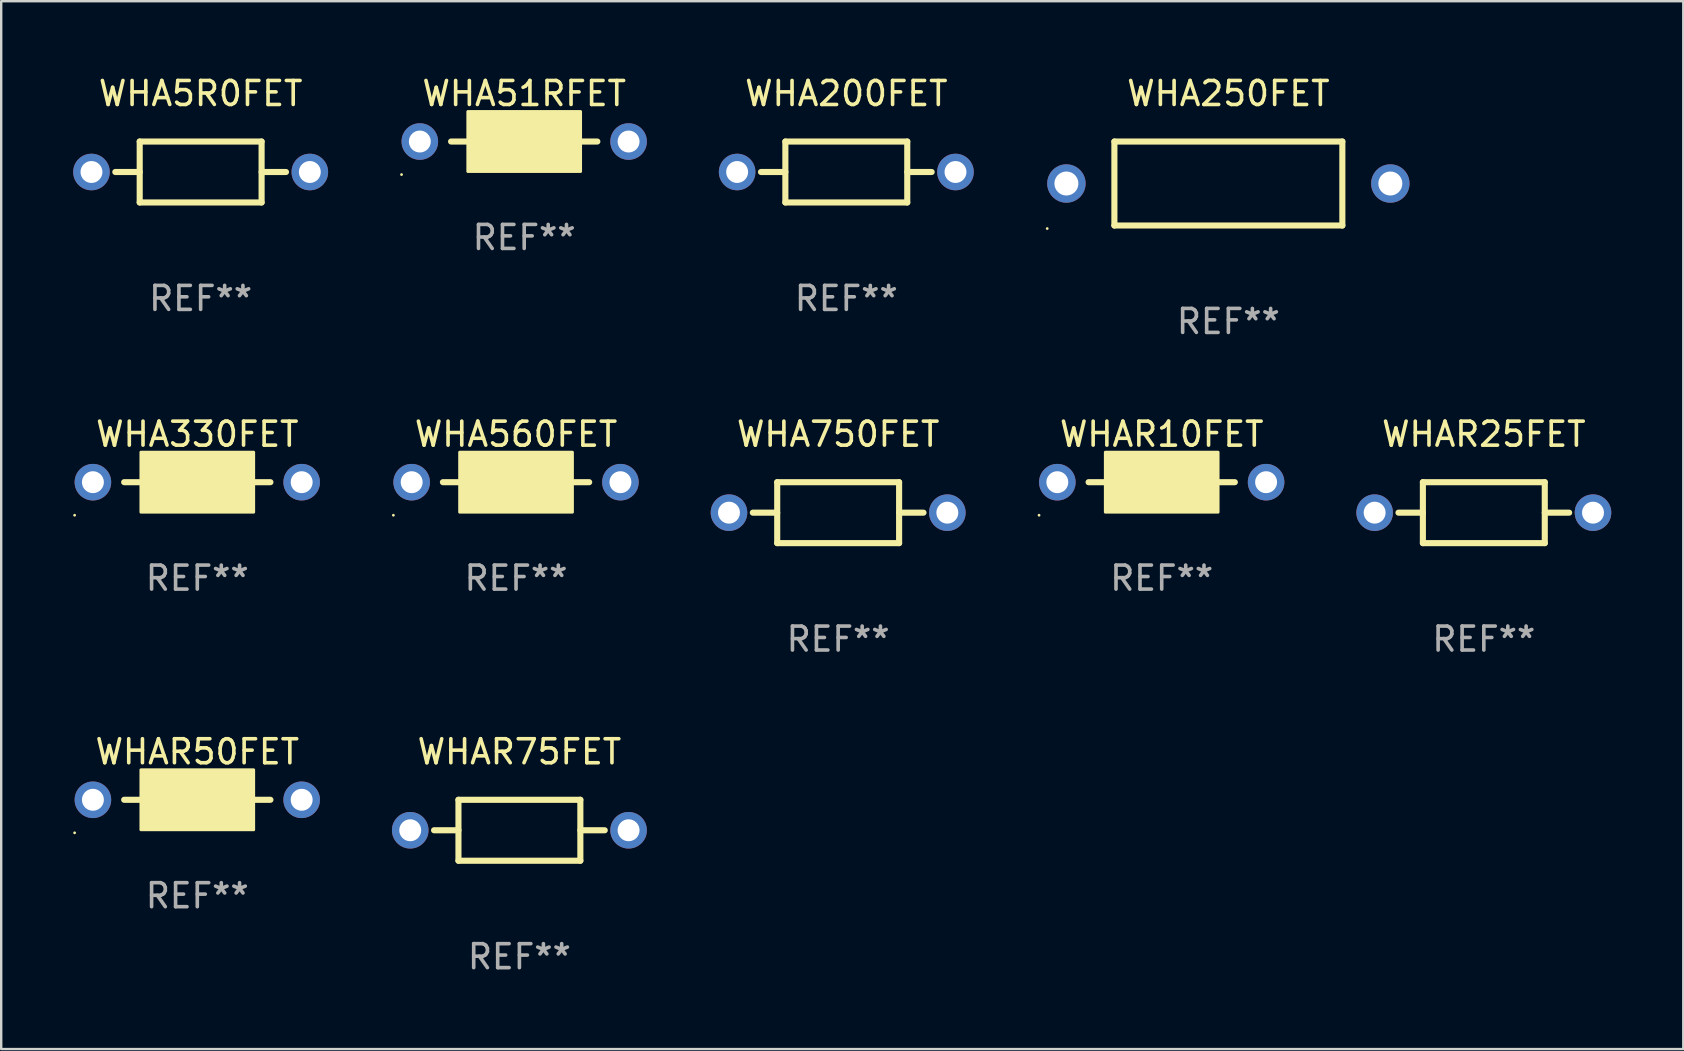
<source format=kicad_pcb>
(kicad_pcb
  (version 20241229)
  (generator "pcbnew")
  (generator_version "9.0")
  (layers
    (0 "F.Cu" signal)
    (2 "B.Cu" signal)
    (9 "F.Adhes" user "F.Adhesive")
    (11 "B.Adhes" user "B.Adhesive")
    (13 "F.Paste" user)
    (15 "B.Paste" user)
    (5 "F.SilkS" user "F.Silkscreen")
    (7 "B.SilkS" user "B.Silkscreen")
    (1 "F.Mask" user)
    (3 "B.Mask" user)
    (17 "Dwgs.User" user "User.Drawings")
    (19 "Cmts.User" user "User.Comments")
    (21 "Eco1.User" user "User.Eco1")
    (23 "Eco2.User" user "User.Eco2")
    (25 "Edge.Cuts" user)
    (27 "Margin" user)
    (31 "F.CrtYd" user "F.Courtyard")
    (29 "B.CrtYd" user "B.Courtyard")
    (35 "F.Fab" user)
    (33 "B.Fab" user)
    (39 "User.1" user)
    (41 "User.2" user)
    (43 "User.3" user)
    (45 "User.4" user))
  (footprint "WHA750FET"
    (layer "F.Cu")
    (at 31.88 18.315)
    (property "Reference" "WHA750FET" (at 0 -3.27 0) (layer "F.SilkS") (effects (font (size 1 1) (thickness 0.15))))
    (attr through_hole)
    (fp_line (start -2.54 -1.27) (end -2.54 1.27) (stroke (width 0.254) (type solid)) (layer "F.SilkS"))
    (fp_line (start -2.54 -1.27) (end 2.54 -1.27) (stroke (width 0.254) (type solid)) (layer "F.SilkS"))
    (fp_line (start -2.54 0) (end -3.557 0) (stroke (width 0.254) (type solid)) (layer "F.SilkS"))
    (fp_line (start -2.54 1.27) (end 2.54 1.27) (stroke (width 0.254) (type solid)) (layer "F.SilkS"))
    (fp_line (start 2.54 -1.27) (end 2.54 1.27) (stroke (width 0.254) (type solid)) (layer "F.SilkS"))
    (fp_line (start 2.54 0) (end 3.557 0) (stroke (width 0.254) (type solid)) (layer "F.SilkS"))
    (fp_text user "REF**" (at 0 5.27 0) (layer "F.Fab") (effects (font (size 1 1) (thickness 0.15))))
    (pad "1" thru_hole circle (at -4.55 0) (size 1.524 1.524) (drill 0.914) (layers "*.Cu" "*.Mask"))
    (pad "2" thru_hole circle (at 4.55 0) (size 1.524 1.524) (drill 0.914) (layers "*.Cu" "*.Mask")))
  (footprint "WHA250FET"
    (layer "F.Cu")
    (at 48.142 4.598)
    (property "Reference" "WHA250FET" (at 0 -3.75 0) (layer "F.SilkS") (effects (font (size 1 1) (thickness 0.15))))
    (attr through_hole)
    (fp_line (start -4.75 -1.75) (end 4.75 -1.75) (stroke (width 0.254) (type solid)) (layer "F.SilkS"))
    (fp_line (start -4.75 1.75) (end -4.75 -1.75) (stroke (width 0.254) (type solid)) (layer "F.SilkS"))
    (fp_line (start 4.75 1.75) (end -4.75 1.75) (stroke (width 0.254) (type solid)) (layer "F.SilkS"))
    (fp_line (start 4.75 1.75) (end 4.75 -1.75) (stroke (width 0.254) (type solid)) (layer "F.SilkS"))
    (fp_circle (center -7.55 1.877) (end -7.52 1.877) (stroke (width 0.06) (type solid)) (fill no) (layer "F.SilkS"))
    (fp_text user "REF**" (at 0 5.75 0) (layer "F.Fab") (effects (font (size 1 1) (thickness 0.15))))
    (pad "1" thru_hole circle (at -6.75 0) (size 1.6 1.6) (drill 1) (layers "*.Cu" "*.Mask"))
    (pad "2" thru_hole circle (at 6.75 0) (size 1.6 1.6) (drill 1) (layers "*.Cu" "*.Mask")))
  (footprint "WHA560FET"
    (layer "F.Cu")
    (at 18.456 17.045)
    (property "Reference" "WHA560FET" (at 0 -2 0) (layer "F.SilkS") (effects (font (size 1 1) (thickness 0.15))))
    (attr through_hole)
    (fp_line (start -2.413 0) (end -3.048 0) (stroke (width 0.254) (type solid)) (layer "F.SilkS"))
    (fp_line (start 2.413 0) (end 3.048 0) (stroke (width 0.254) (type solid)) (layer "F.SilkS"))
    (fp_circle (center -5.112 1.377) (end -5.082 1.377) (stroke (width 0.06) (type solid)) (fill no) (layer "F.SilkS"))
    (fp_poly (pts (xy -2.35 -1.25) (xy 2.35 -1.25) (xy 2.35 1.25) (xy -2.35 1.25)) (stroke (width 0.12) (type solid)) (fill yes) (layer "F.SilkS"))
    (fp_text user "REF**" (at 0 4 0) (layer "F.Fab") (effects (font (size 1 1) (thickness 0.15))))
    (pad "1" thru_hole circle (at -4.35 0) (size 1.524 1.524) (drill 0.914) (layers "*.Cu" "*.Mask"))
    (pad "2" thru_hole circle (at 4.35 0) (size 1.524 1.524) (drill 0.914) (layers "*.Cu" "*.Mask")))
  (footprint "WHA5R0FET"
    (layer "F.Cu")
    (at 5.312 4.118)
    (property "Reference" "WHA5R0FET" (at 0 -3.27 0) (layer "F.SilkS") (effects (font (size 1 1) (thickness 0.15))))
    (attr through_hole)
    (fp_line (start -2.54 -1.27) (end -2.54 1.27) (stroke (width 0.254) (type solid)) (layer "F.SilkS"))
    (fp_line (start -2.54 -1.27) (end 2.54 -1.27) (stroke (width 0.254) (type solid)) (layer "F.SilkS"))
    (fp_line (start -2.54 0) (end -3.557 0) (stroke (width 0.254) (type solid)) (layer "F.SilkS"))
    (fp_line (start -2.54 1.27) (end 2.54 1.27) (stroke (width 0.254) (type solid)) (layer "F.SilkS"))
    (fp_line (start 2.54 -1.27) (end 2.54 1.27) (stroke (width 0.254) (type solid)) (layer "F.SilkS"))
    (fp_line (start 2.54 0) (end 3.557 0) (stroke (width 0.254) (type solid)) (layer "F.SilkS"))
    (fp_text user "REF**" (at 0 5.27 0) (layer "F.Fab") (effects (font (size 1 1) (thickness 0.15))))
    (pad "1" thru_hole circle (at -4.55 0) (size 1.524 1.524) (drill 0.914) (layers "*.Cu" "*.Mask"))
    (pad "2" thru_hole circle (at 4.55 0) (size 1.524 1.524) (drill 0.914) (layers "*.Cu" "*.Mask")))
  (footprint "WHAR10FET"
    (layer "F.Cu")
    (at 45.364 17.045)
    (property "Reference" "WHAR10FET" (at 0 -2 0) (layer "F.SilkS") (effects (font (size 1 1) (thickness 0.15))))
    (attr through_hole)
    (fp_line (start -2.413 0) (end -3.048 0) (stroke (width 0.254) (type solid)) (layer "F.SilkS"))
    (fp_line (start 2.413 0) (end 3.048 0) (stroke (width 0.254) (type solid)) (layer "F.SilkS"))
    (fp_circle (center -5.112 1.377) (end -5.082 1.377) (stroke (width 0.06) (type solid)) (fill no) (layer "F.SilkS"))
    (fp_poly (pts (xy -2.35 -1.25) (xy 2.35 -1.25) (xy 2.35 1.25) (xy -2.35 1.25)) (stroke (width 0.12) (type solid)) (fill yes) (layer "F.SilkS"))
    (fp_text user "REF**" (at 0 4 0) (layer "F.Fab") (effects (font (size 1 1) (thickness 0.15))))
    (pad "1" thru_hole circle (at -4.35 0) (size 1.524 1.524) (drill 0.914) (layers "*.Cu" "*.Mask"))
    (pad "2" thru_hole circle (at 4.35 0) (size 1.524 1.524) (drill 0.914) (layers "*.Cu" "*.Mask")))
  (footprint "WHA51RFET"
    (layer "F.Cu")
    (at 18.796 2.848)
    (property "Reference" "WHA51RFET" (at 0 -2 0) (layer "F.SilkS") (effects (font (size 1 1) (thickness 0.15))))
    (attr through_hole)
    (fp_line (start -2.413 0) (end -3.048 0) (stroke (width 0.254) (type solid)) (layer "F.SilkS"))
    (fp_line (start 2.413 0) (end 3.048 0) (stroke (width 0.254) (type solid)) (layer "F.SilkS"))
    (fp_circle (center -5.112 1.377) (end -5.082 1.377) (stroke (width 0.06) (type solid)) (fill no) (layer "F.SilkS"))
    (fp_poly (pts (xy -2.35 -1.25) (xy 2.35 -1.25) (xy 2.35 1.25) (xy -2.35 1.25)) (stroke (width 0.12) (type solid)) (fill yes) (layer "F.SilkS"))
    (fp_text user "REF**" (at 0 4 0) (layer "F.Fab") (effects (font (size 1 1) (thickness 0.15))))
    (pad "1" thru_hole circle (at -4.35 0) (size 1.524 1.524) (drill 0.914) (layers "*.Cu" "*.Mask"))
    (pad "2" thru_hole circle (at 4.35 0) (size 1.524 1.524) (drill 0.914) (layers "*.Cu" "*.Mask")))
  (footprint "WHA330FET"
    (layer "F.Cu")
    (at 5.172 17.045)
    (property "Reference" "WHA330FET" (at 0 -2 0) (layer "F.SilkS") (effects (font (size 1 1) (thickness 0.15))))
    (attr through_hole)
    (fp_line (start -2.413 0) (end -3.048 0) (stroke (width 0.254) (type solid)) (layer "F.SilkS"))
    (fp_line (start 2.413 0) (end 3.048 0) (stroke (width 0.254) (type solid)) (layer "F.SilkS"))
    (fp_circle (center -5.112 1.377) (end -5.082 1.377) (stroke (width 0.06) (type solid)) (fill no) (layer "F.SilkS"))
    (fp_poly (pts (xy -2.35 -1.25) (xy 2.35 -1.25) (xy 2.35 1.25) (xy -2.35 1.25)) (stroke (width 0.12) (type solid)) (fill yes) (layer "F.SilkS"))
    (fp_text user "REF**" (at 0 4 0) (layer "F.Fab") (effects (font (size 1 1) (thickness 0.15))))
    (pad "1" thru_hole circle (at -4.35 0) (size 1.524 1.524) (drill 0.914) (layers "*.Cu" "*.Mask"))
    (pad "2" thru_hole circle (at 4.35 0) (size 1.524 1.524) (drill 0.914) (layers "*.Cu" "*.Mask")))
  (footprint "WHA200FET"
    (layer "F.Cu")
    (at 32.22 4.118)
    (property "Reference" "WHA200FET" (at 0 -3.27 0) (layer "F.SilkS") (effects (font (size 1 1) (thickness 0.15))))
    (attr through_hole)
    (fp_line (start -2.54 -1.27) (end -2.54 1.27) (stroke (width 0.254) (type solid)) (layer "F.SilkS"))
    (fp_line (start -2.54 -1.27) (end 2.54 -1.27) (stroke (width 0.254) (type solid)) (layer "F.SilkS"))
    (fp_line (start -2.54 0) (end -3.557 0) (stroke (width 0.254) (type solid)) (layer "F.SilkS"))
    (fp_line (start -2.54 1.27) (end 2.54 1.27) (stroke (width 0.254) (type solid)) (layer "F.SilkS"))
    (fp_line (start 2.54 -1.27) (end 2.54 1.27) (stroke (width 0.254) (type solid)) (layer "F.SilkS"))
    (fp_line (start 2.54 0) (end 3.557 0) (stroke (width 0.254) (type solid)) (layer "F.SilkS"))
    (fp_text user "REF**" (at 0 5.27 0) (layer "F.Fab") (effects (font (size 1 1) (thickness 0.15))))
    (pad "1" thru_hole circle (at -4.55 0) (size 1.524 1.524) (drill 0.914) (layers "*.Cu" "*.Mask"))
    (pad "2" thru_hole circle (at 4.55 0) (size 1.524 1.524) (drill 0.914) (layers "*.Cu" "*.Mask")))
  (footprint "WHAR25FET"
    (layer "F.Cu")
    (at 58.788 18.315)
    (property "Reference" "WHAR25FET" (at 0 -3.27 0) (layer "F.SilkS") (effects (font (size 1 1) (thickness 0.15))))
    (attr through_hole)
    (fp_line (start -2.54 -1.27) (end -2.54 1.27) (stroke (width 0.254) (type solid)) (layer "F.SilkS"))
    (fp_line (start -2.54 -1.27) (end 2.54 -1.27) (stroke (width 0.254) (type solid)) (layer "F.SilkS"))
    (fp_line (start -2.54 0) (end -3.557 0) (stroke (width 0.254) (type solid)) (layer "F.SilkS"))
    (fp_line (start -2.54 1.27) (end 2.54 1.27) (stroke (width 0.254) (type solid)) (layer "F.SilkS"))
    (fp_line (start 2.54 -1.27) (end 2.54 1.27) (stroke (width 0.254) (type solid)) (layer "F.SilkS"))
    (fp_line (start 2.54 0) (end 3.557 0) (stroke (width 0.254) (type solid)) (layer "F.SilkS"))
    (fp_text user "REF**" (at 0 5.27 0) (layer "F.Fab") (effects (font (size 1 1) (thickness 0.15))))
    (pad "1" thru_hole circle (at -4.55 0) (size 1.524 1.524) (drill 0.914) (layers "*.Cu" "*.Mask"))
    (pad "2" thru_hole circle (at 4.55 0) (size 1.524 1.524) (drill 0.914) (layers "*.Cu" "*.Mask")))
  (footprint "WHAR75FET"
    (layer "F.Cu")
    (at 18.596 31.551)
    (property "Reference" "WHAR75FET" (at 0 -3.27 0) (layer "F.SilkS") (effects (font (size 1 1) (thickness 0.15))))
    (attr through_hole)
    (fp_line (start -2.54 -1.27) (end -2.54 1.27) (stroke (width 0.254) (type solid)) (layer "F.SilkS"))
    (fp_line (start -2.54 -1.27) (end 2.54 -1.27) (stroke (width 0.254) (type solid)) (layer "F.SilkS"))
    (fp_line (start -2.54 0) (end -3.557 0) (stroke (width 0.254) (type solid)) (layer "F.SilkS"))
    (fp_line (start -2.54 1.27) (end 2.54 1.27) (stroke (width 0.254) (type solid)) (layer "F.SilkS"))
    (fp_line (start 2.54 -1.27) (end 2.54 1.27) (stroke (width 0.254) (type solid)) (layer "F.SilkS"))
    (fp_line (start 2.54 0) (end 3.557 0) (stroke (width 0.254) (type solid)) (layer "F.SilkS"))
    (fp_text user "REF**" (at 0 5.27 0) (layer "F.Fab") (effects (font (size 1 1) (thickness 0.15))))
    (pad "1" thru_hole circle (at -4.55 0) (size 1.524 1.524) (drill 0.914) (layers "*.Cu" "*.Mask"))
    (pad "2" thru_hole circle (at 4.55 0) (size 1.524 1.524) (drill 0.914) (layers "*.Cu" "*.Mask")))
  (footprint "WHAR50FET"
    (layer "F.Cu")
    (at 5.172 30.281)
    (property "Reference" "WHAR50FET" (at 0 -2 0) (layer "F.SilkS") (effects (font (size 1 1) (thickness 0.15))))
    (attr through_hole)
    (fp_line (start -2.413 0) (end -3.048 0) (stroke (width 0.254) (type solid)) (layer "F.SilkS"))
    (fp_line (start 2.413 0) (end 3.048 0) (stroke (width 0.254) (type solid)) (layer "F.SilkS"))
    (fp_circle (center -5.112 1.377) (end -5.082 1.377) (stroke (width 0.06) (type solid)) (fill no) (layer "F.SilkS"))
    (fp_poly (pts (xy -2.35 -1.25) (xy 2.35 -1.25) (xy 2.35 1.25) (xy -2.35 1.25)) (stroke (width 0.12) (type solid)) (fill yes) (layer "F.SilkS"))
    (fp_text user "REF**" (at 0 4 0) (layer "F.Fab") (effects (font (size 1 1) (thickness 0.15))))
    (pad "1" thru_hole circle (at -4.35 0) (size 1.524 1.524) (drill 0.914) (layers "*.Cu" "*.Mask"))
    (pad "2" thru_hole circle (at 4.35 0) (size 1.524 1.524) (drill 0.914) (layers "*.Cu" "*.Mask")))
  (gr_rect
    (start -3 -3)
    (end 67.1 40.67)
    (stroke (width 0.1) (type default))
    (fill no)
    (layer "Edge.Cuts")))
</source>
